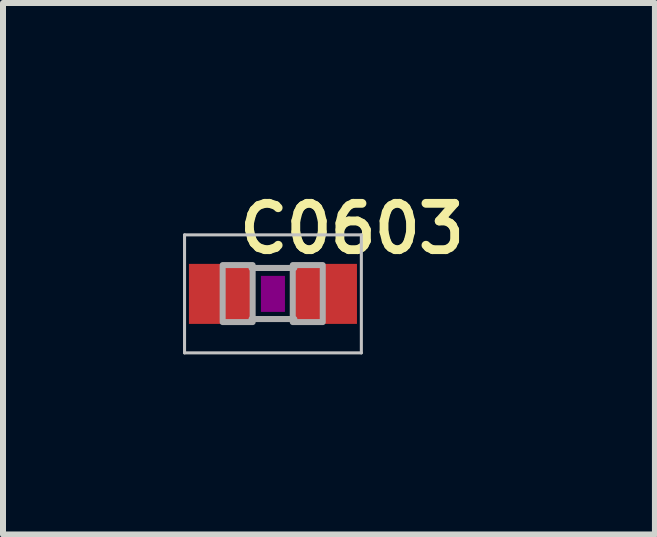
<source format=kicad_pcb>
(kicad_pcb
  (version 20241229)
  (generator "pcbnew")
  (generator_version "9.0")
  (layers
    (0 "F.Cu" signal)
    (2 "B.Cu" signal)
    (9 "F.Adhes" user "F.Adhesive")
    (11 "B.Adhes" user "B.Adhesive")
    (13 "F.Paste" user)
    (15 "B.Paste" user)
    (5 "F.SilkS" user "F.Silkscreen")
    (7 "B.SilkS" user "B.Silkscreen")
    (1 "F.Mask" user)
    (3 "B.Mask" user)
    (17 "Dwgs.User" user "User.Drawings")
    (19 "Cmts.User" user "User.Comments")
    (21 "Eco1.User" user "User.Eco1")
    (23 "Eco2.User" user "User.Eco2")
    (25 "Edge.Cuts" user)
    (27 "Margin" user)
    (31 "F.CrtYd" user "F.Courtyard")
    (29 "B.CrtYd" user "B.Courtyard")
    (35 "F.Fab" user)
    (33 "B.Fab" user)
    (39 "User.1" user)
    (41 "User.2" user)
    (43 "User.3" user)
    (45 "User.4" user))
  (footprint "C0603"
    (layer "F.Cu")
    (at 1.498 1.847)
    (property "Reference" "C0603" (at -0.635 -0.635 0) (layer "F.SilkS") (effects (font (size 0.772 0.772) (thickness 0.147)) (justify left bottom)))
    (attr through_hole)
    (fp_poly (pts (xy -0.2 0.3) (xy 0.2 0.3) (xy 0.2 -0.3) (xy -0.2 -0.3)) (stroke (width 0) (type solid)) (fill yes) (layer "F.Adhes"))
    (fp_line (start -1.473 -0.983) (end 1.473 -0.983) (stroke (width 0.051) (type solid)) (layer "Dwgs.User"))
    (fp_line (start -1.473 0.983) (end -1.473 -0.983) (stroke (width 0.051) (type solid)) (layer "Dwgs.User"))
    (fp_line (start 1.473 -0.983) (end 1.473 0.983) (stroke (width 0.051) (type solid)) (layer "Dwgs.User"))
    (fp_line (start 1.473 0.983) (end -1.473 0.983) (stroke (width 0.051) (type solid)) (layer "Dwgs.User"))
    (fp_line (start -0.356 -0.432) (end 0.356 -0.432) (stroke (width 0.102) (type solid)) (layer "F.Fab"))
    (fp_line (start -0.356 0.419) (end 0.356 0.419) (stroke (width 0.102) (type solid)) (layer "F.Fab"))
    (fp_poly (pts (xy -0.838 0.47) (xy -0.338 0.47) (xy -0.338 -0.48) (xy -0.838 -0.48)) (stroke (width 0.1) (type solid)) (fill no) (layer "F.Fab"))
    (fp_poly (pts (xy 0.33 0.47) (xy 0.83 0.47) (xy 0.83 -0.48) (xy 0.33 -0.48)) (stroke (width 0.1) (type solid)) (fill no) (layer "F.Fab"))
    (pad "1" smd rect (at -0.85 0) (size 1.1 1) (layers "F.Cu" "F.Mask" "F.Paste"))
    (pad "2" smd rect (at 0.85 0) (size 1.1 1) (layers "F.Cu" "F.Mask" "F.Paste")))
  (gr_rect
    (start -3 -3)
    (end 7.863 5.856)
    (stroke (width 0.1) (type default))
    (fill no)
    (layer "Edge.Cuts")))
</source>
